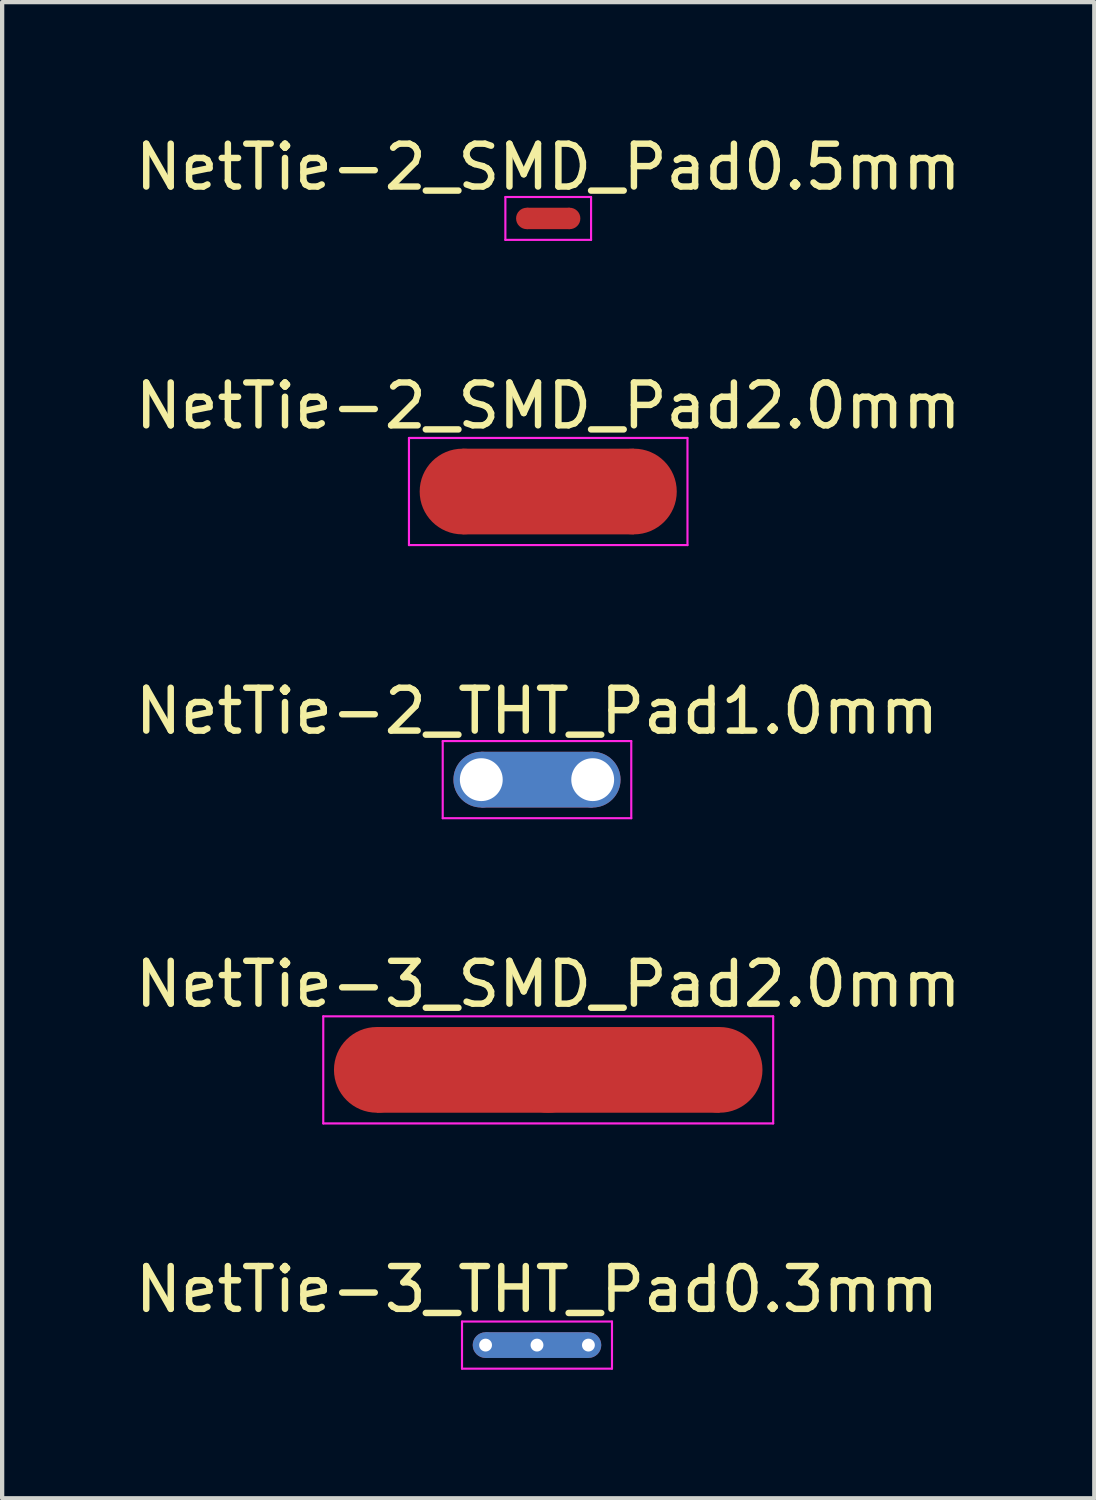
<source format=kicad_pcb>
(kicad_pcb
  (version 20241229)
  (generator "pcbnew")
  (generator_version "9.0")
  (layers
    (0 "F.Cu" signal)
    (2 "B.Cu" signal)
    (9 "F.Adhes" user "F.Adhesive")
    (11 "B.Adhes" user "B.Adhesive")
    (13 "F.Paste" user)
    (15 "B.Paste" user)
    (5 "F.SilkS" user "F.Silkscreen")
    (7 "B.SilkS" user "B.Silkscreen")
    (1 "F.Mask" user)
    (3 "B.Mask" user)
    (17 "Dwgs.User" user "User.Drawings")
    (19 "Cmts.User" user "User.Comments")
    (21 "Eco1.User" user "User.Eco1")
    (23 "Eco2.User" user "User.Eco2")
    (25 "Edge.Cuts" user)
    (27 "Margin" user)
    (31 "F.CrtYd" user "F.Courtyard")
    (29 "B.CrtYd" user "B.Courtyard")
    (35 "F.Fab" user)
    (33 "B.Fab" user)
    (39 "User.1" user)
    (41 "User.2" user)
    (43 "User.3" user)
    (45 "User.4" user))
  (footprint "NetTie-3_SMD_Pad2.0mm"
    (layer "F.Cu")
    (at 9.744 21.918)
    (property "Reference" "NetTie-3_SMD_Pad2.0mm" (at 0 -2 0) (layer "F.SilkS") (effects (font (size 1 1) (thickness 0.15))))
    (attr exclude_from_pos_files exclude_from_bom)
    (fp_poly (pts (xy -4 -1) (xy 4 -1) (xy 4 1) (xy -4 1)) (stroke (width 0) (type solid)) (fill yes) (layer "F.Cu"))
    (fp_line (start -5.25 -1.25) (end 5.25 -1.25) (stroke (width 0.05) (type solid)) (layer "F.CrtYd"))
    (fp_line (start -5.25 1.25) (end -5.25 -1.25) (stroke (width 0.05) (type solid)) (layer "F.CrtYd"))
    (fp_line (start 5.25 -1.25) (end 5.25 1.25) (stroke (width 0.05) (type solid)) (layer "F.CrtYd"))
    (fp_line (start 5.25 1.25) (end -5.25 1.25) (stroke (width 0.05) (type solid)) (layer "F.CrtYd"))
    (pad "1" smd circle (at -4 0) (size 2 2) (layers "F.Cu"))
    (pad "2" smd circle (at 0 0) (size 2 2) (layers "F.Cu"))
    (pad "3" smd circle (at 4 0) (size 2 2) (layers "F.Cu")))
  (footprint "NetTie-2_THT_Pad1.0mm"
    (layer "F.Cu")
    (at 8.182 15.145)
    (property "Reference" "NetTie-2_THT_Pad1.0mm" (at 1.3 -1.6 0) (layer "F.SilkS") (effects (font (size 1 1) (thickness 0.15))))
    (attr exclude_from_pos_files exclude_from_bom)
    (fp_poly (pts (xy 0 -0.65) (xy 2.6 -0.65) (xy 2.6 0.65) (xy 0 0.65)) (stroke (width 0) (type solid)) (fill yes) (layer "F.Cu"))
    (fp_poly (pts (xy 0 -0.65) (xy 2.6 -0.65) (xy 2.6 0.65) (xy 0 0.65)) (stroke (width 0) (type solid)) (fill yes) (layer "B.Cu"))
    (fp_line (start -0.9 -0.9) (end 3.5 -0.9) (stroke (width 0.05) (type solid)) (layer "F.CrtYd"))
    (fp_line (start -0.9 0.9) (end -0.9 -0.9) (stroke (width 0.05) (type solid)) (layer "F.CrtYd"))
    (fp_line (start 3.5 -0.9) (end 3.5 0.9) (stroke (width 0.05) (type solid)) (layer "F.CrtYd"))
    (fp_line (start 3.5 0.9) (end -0.9 0.9) (stroke (width 0.05) (type solid)) (layer "F.CrtYd"))
    (pad "1" thru_hole circle (at 0 0) (size 1.3 1.3) (drill 1) (layers "*.Cu"))
    (pad "2" thru_hole circle (at 2.6 0) (size 1.3 1.3) (drill 1) (layers "*.Cu")))
  (footprint "NetTie-3_THT_Pad0.3mm"
    (layer "F.Cu")
    (at 8.282 28.341)
    (property "Reference" "NetTie-3_THT_Pad0.3mm" (at 1.2 -1.3 0) (layer "F.SilkS") (effects (font (size 1 1) (thickness 0.15))))
    (attr exclude_from_pos_files exclude_from_bom)
    (fp_poly (pts (xy 0 -0.3) (xy 2.4 -0.3) (xy 2.4 0.3) (xy 0 0.3)) (stroke (width 0) (type solid)) (fill yes) (layer "F.Cu"))
    (fp_poly (pts (xy 0 -0.3) (xy 2.4 -0.3) (xy 2.4 0.3) (xy 0 0.3)) (stroke (width 0) (type solid)) (fill yes) (layer "B.Cu"))
    (fp_line (start -0.55 -0.55) (end 2.95 -0.55) (stroke (width 0.05) (type solid)) (layer "F.CrtYd"))
    (fp_line (start -0.55 0.55) (end -0.55 -0.55) (stroke (width 0.05) (type solid)) (layer "F.CrtYd"))
    (fp_line (start 2.95 -0.55) (end 2.95 0.55) (stroke (width 0.05) (type solid)) (layer "F.CrtYd"))
    (fp_line (start 2.95 0.55) (end -0.55 0.55) (stroke (width 0.05) (type solid)) (layer "F.CrtYd"))
    (pad "1" thru_hole circle (at 0 0) (size 0.6 0.6) (drill 0.3) (layers "*.Cu"))
    (pad "2" thru_hole circle (at 1.2 0) (size 0.6 0.6) (drill 0.3) (layers "*.Cu"))
    (pad "3" thru_hole circle (at 2.4 0) (size 0.6 0.6) (drill 0.3) (layers "*.Cu")))
  (footprint "NetTie-2_SMD_Pad2.0mm"
    (layer "F.Cu")
    (at 9.744 8.421)
    (property "Reference" "NetTie-2_SMD_Pad2.0mm" (at 0 -2 0) (layer "F.SilkS") (effects (font (size 1 1) (thickness 0.15))))
    (attr exclude_from_pos_files exclude_from_bom)
    (fp_poly (pts (xy -2 -1) (xy 2 -1) (xy 2 1) (xy -2 1)) (stroke (width 0) (type solid)) (fill yes) (layer "F.Cu"))
    (fp_line (start -3.25 -1.25) (end 3.25 -1.25) (stroke (width 0.05) (type solid)) (layer "F.CrtYd"))
    (fp_line (start -3.25 1.25) (end -3.25 -1.25) (stroke (width 0.05) (type solid)) (layer "F.CrtYd"))
    (fp_line (start 3.25 -1.25) (end 3.25 1.25) (stroke (width 0.05) (type solid)) (layer "F.CrtYd"))
    (fp_line (start 3.25 1.25) (end -3.25 1.25) (stroke (width 0.05) (type solid)) (layer "F.CrtYd"))
    (pad "1" smd circle (at -2 0) (size 2 2) (layers "F.Cu"))
    (pad "2" smd circle (at 2 0) (size 2 2) (layers "F.Cu")))
  (footprint "NetTie-2_SMD_Pad0.5mm"
    (layer "F.Cu")
    (at 9.744 2.048)
    (property "Reference" "NetTie-2_SMD_Pad0.5mm" (at 0 -1.2 0) (layer "F.SilkS") (effects (font (size 1 1) (thickness 0.15))))
    (attr exclude_from_pos_files exclude_from_bom)
    (fp_poly (pts (xy -0.5 -0.25) (xy 0.5 -0.25) (xy 0.5 0.25) (xy -0.5 0.25)) (stroke (width 0) (type solid)) (fill yes) (layer "F.Cu"))
    (fp_line (start -1 -0.5) (end -1 0.5) (stroke (width 0.05) (type solid)) (layer "F.CrtYd"))
    (fp_line (start -1 0.5) (end 1 0.5) (stroke (width 0.05) (type solid)) (layer "F.CrtYd"))
    (fp_line (start 1 -0.5) (end -1 -0.5) (stroke (width 0.05) (type solid)) (layer "F.CrtYd"))
    (fp_line (start 1 0.5) (end 1 -0.5) (stroke (width 0.05) (type solid)) (layer "F.CrtYd"))
    (pad "1" smd circle (at -0.5 0) (size 0.5 0.5) (layers "F.Cu"))
    (pad "2" smd circle (at 0.5 0) (size 0.5 0.5) (layers "F.Cu")))
  (gr_rect
    (start -3 -3)
    (end 22.488 31.916)
    (stroke (width 0.1) (type default))
    (fill no)
    (layer "Edge.Cuts")))
</source>
